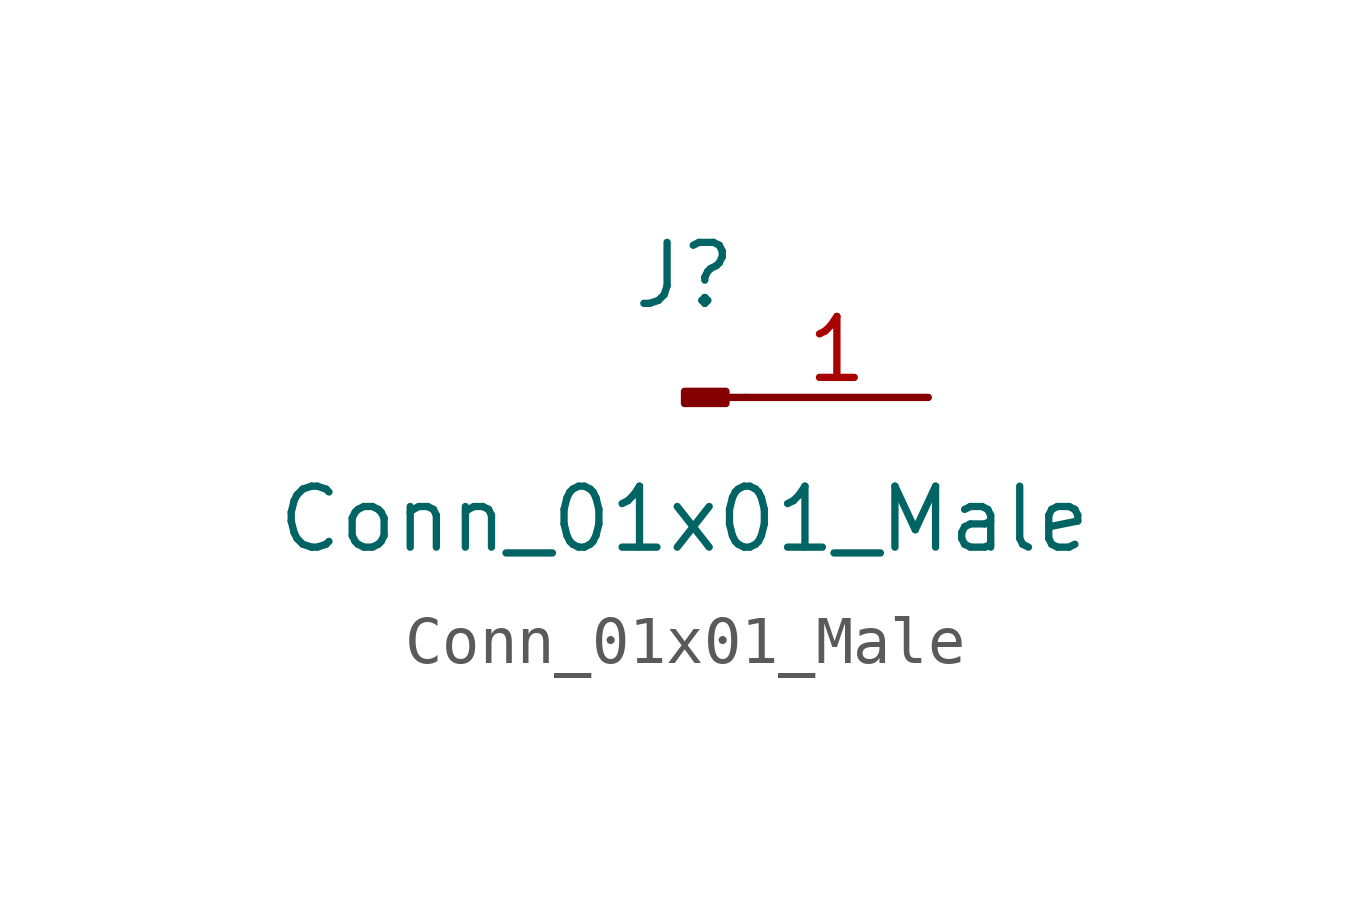
<source format=kicad_sym>
(kicad_symbol_lib
  (version 20210619)
  (generator kicad_symbol_editor)
  (symbol "my_Library:Conn_01x01_Male"
    (pin_names
      (offset 1.016) hide)
    (property "Reference" "J"
      (at 0 2.54 0)
      (effects (font (size 1.27 1.27))))
    (property "Value" "Conn_01x01_Male"
      (at 0 -2.54 0)
      (effects (font (size 1.27 1.27))))
    (symbol "Conn_01x01_Male_1_1"
      (rectangle (start 0.864 0.127) (end 0 -0.127) (stroke (width 0.152)) (fill (type outline)))
      (polyline (pts (xy 1.27 0) (xy 0.864 0)) (stroke (width 0.152)) (fill (type none)))
      (pin passive line (at 5.08 0 180) (length 3.81) (name "Pin_1" (effects (font (size 1.27 1.27)))) (number "1" (effects (font (size 1.27 1.27))))))))
</source>
